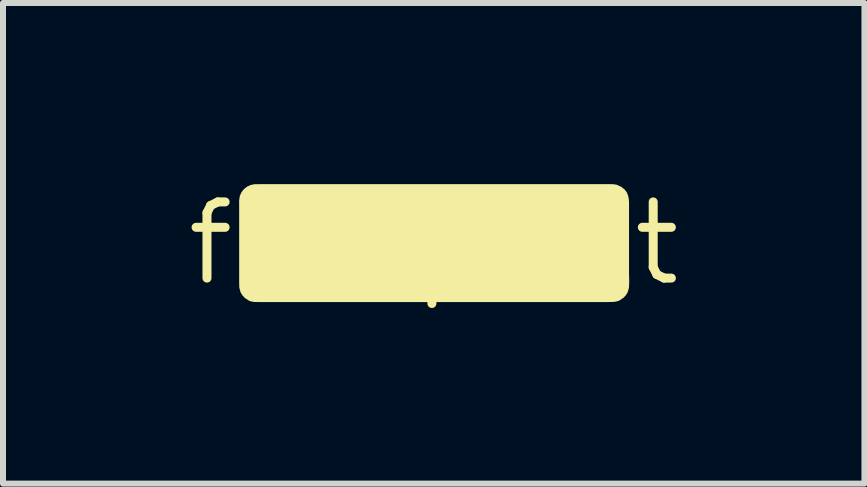
<source format=kicad_pcb>
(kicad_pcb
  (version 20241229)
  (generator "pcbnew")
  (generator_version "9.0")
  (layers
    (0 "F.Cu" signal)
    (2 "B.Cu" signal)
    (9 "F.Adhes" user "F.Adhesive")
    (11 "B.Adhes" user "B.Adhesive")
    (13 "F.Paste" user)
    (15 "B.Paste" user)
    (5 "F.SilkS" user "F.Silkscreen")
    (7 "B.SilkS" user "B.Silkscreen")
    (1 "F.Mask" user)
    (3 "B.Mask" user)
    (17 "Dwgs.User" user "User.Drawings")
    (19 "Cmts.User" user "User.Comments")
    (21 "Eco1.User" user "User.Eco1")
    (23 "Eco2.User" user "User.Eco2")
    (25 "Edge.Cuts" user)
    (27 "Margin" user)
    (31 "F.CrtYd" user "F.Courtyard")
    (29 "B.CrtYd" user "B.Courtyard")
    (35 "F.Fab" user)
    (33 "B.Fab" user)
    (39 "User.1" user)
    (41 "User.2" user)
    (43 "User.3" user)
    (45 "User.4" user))
  (footprint "footprint"
    (layer "F.Cu")
    (at 4.18 1.006)
    (property "Reference" "footprint" (at 0 0 0) (layer "F.SilkS") (effects (font (size 1.27 1.27) (thickness 0.15))))
    (fp_poly (pts (xy 2.899 -0.153) (xy 2.797 -0.153) (xy 2.797 -0.542) (xy 2.899 -0.542)) (stroke (width 0) (type solid)) (fill yes) (layer "F.SilkS"))
    (fp_poly (pts (xy 2.864 -0.691) (xy 2.898 -0.67) (xy 2.907 -0.647) (xy 2.905 -0.622) (xy 2.893 -0.6) (xy 2.872 -0.587) (xy 2.83 -0.585) (xy 2.798 -0.607) (xy 2.789 -0.63) (xy 2.791 -0.655) (xy 2.803 -0.677) (xy 2.831 -0.692)) (stroke (width 0) (type solid)) (fill yes) (layer "F.SilkS"))
    (fp_poly (pts (xy 1.718 -0.44) (xy 1.668 -0.443) (xy 1.643 -0.439) (xy 1.621 -0.426) (xy 1.609 -0.409) (xy 1.604 -0.39) (xy 1.604 -0.348) (xy 1.604 -0.153) (xy 1.502 -0.153) (xy 1.502 -0.542) (xy 1.599 -0.542) (xy 1.599 -0.503) (xy 1.638 -0.536) (xy 1.718 -0.547)) (stroke (width 0) (type solid)) (fill yes) (layer "F.SilkS"))
    (fp_poly (pts (xy 2.484 -0.674) (xy 2.579 -0.669) (xy 2.623 -0.657) (xy 2.665 -0.633) (xy 2.699 -0.595) (xy 2.719 -0.548) (xy 2.725 -0.497) (xy 2.717 -0.446) (xy 2.694 -0.401) (xy 2.657 -0.366) (xy 2.604 -0.344) (xy 2.549 -0.335) (xy 2.436 -0.334) (xy 2.436 -0.153) (xy 2.325 -0.153) (xy 2.325 -0.674)) (stroke (width 0) (type solid)) (fill yes) (layer "F.SilkS"))
    (fp_poly (pts (xy 0.031 0.144) (xy 0.096 0.146) (xy 0.163 0.163) (xy 0.205 0.195) (xy 0.23 0.241) (xy 0.235 0.294) (xy 0.219 0.344) (xy 0.193 0.373) (xy 0.164 0.397) (xy 0.206 0.417) (xy 0.235 0.454) (xy 0.248 0.499) (xy 0.247 0.547) (xy 0.232 0.593) (xy 0.203 0.629) (xy 0.166 0.651) (xy 0.127 0.662) (xy 0.044 0.666) (xy -0.106 0.666) (xy -0.106 0.145)) (stroke (width 0) (type solid)) (fill yes) (layer "F.SilkS"))
    (fp_poly (pts (xy 1.339 0.279) (xy 1.34 0.308) (xy 1.34 0.34) (xy 1.296 0.339) (xy 1.256 0.35) (xy 1.231 0.373) (xy 1.22 0.4) (xy 1.216 0.463) (xy 1.216 0.666) (xy 1.149 0.666) (xy 1.149 0.322) (xy 1.15 0.276) (xy 1.181 0.275) (xy 1.216 0.276) (xy 1.216 0.302) (xy 1.216 0.321) (xy 1.217 0.322) (xy 1.232 0.3) (xy 1.253 0.285) (xy 1.304 0.273) (xy 1.321 0.273)) (stroke (width 0) (type solid)) (fill yes) (layer "F.SilkS"))
    (fp_poly (pts (xy 1.454 -0.53) (xy 1.454 -0.515) (xy 1.453 -0.478) (xy 1.452 -0.439) (xy 1.392 -0.442) (xy 1.366 -0.433) (xy 1.346 -0.406) (xy 1.342 -0.379) (xy 1.341 -0.374) (xy 1.341 -0.369) (xy 1.339 -0.343) (xy 1.336 -0.153) (xy 1.233 -0.153) (xy 1.233 -0.542) (xy 1.304 -0.542) (xy 1.334 -0.542) (xy 1.335 -0.498) (xy 1.337 -0.498) (xy 1.351 -0.52) (xy 1.37 -0.535) (xy 1.418 -0.546) (xy 1.455 -0.548)) (stroke (width 0) (type solid)) (fill yes) (layer "F.SilkS"))
    (fp_poly (pts (xy 0.533 0.276) (xy 0.584 0.296) (xy 0.624 0.329) (xy 0.653 0.374) (xy 0.67 0.425) (xy 0.675 0.471) (xy 0.675 0.471) (xy 0.675 0.479) (xy 0.675 0.48) (xy 0.669 0.532) (xy 0.651 0.582) (xy 0.621 0.626) (xy 0.576 0.657) (xy 0.524 0.673) (xy 0.463 0.675) (xy 0.411 0.655) (xy 0.368 0.618) (xy 0.338 0.567) (xy 0.321 0.512) (xy 0.318 0.453) (xy 0.328 0.396) (xy 0.353 0.344) (xy 0.403 0.298) (xy 0.467 0.274)) (stroke (width 0) (type solid)) (fill yes) (layer "F.SilkS"))
    (fp_poly (pts (xy 1.701 0.641) (xy 1.701 0.668) (xy 1.667 0.668) (xy 1.634 0.668) (xy 1.634 0.631) (xy 1.598 0.658) (xy 1.555 0.672) (xy 1.506 0.675) (xy 1.449 0.656) (xy 1.409 0.616) (xy 1.385 0.564) (xy 1.374 0.505) (xy 1.374 0.443) (xy 1.383 0.388) (xy 1.401 0.345) (xy 1.431 0.308) (xy 1.469 0.283) (xy 1.515 0.273) (xy 1.568 0.278) (xy 1.601 0.291) (xy 1.629 0.312) (xy 1.629 0.119) (xy 1.701 0.119) (xy 1.701 0.621)) (stroke (width 0) (type solid)) (fill yes) (layer "F.SilkS"))
    (fp_poly (pts (xy 0.538 -0.512) (xy 0.592 -0.543) (xy 0.653 -0.546) (xy 0.709 -0.522) (xy 0.752 -0.476) (xy 0.769 -0.431) (xy 0.776 -0.383) (xy 0.777 -0.355) (xy 0.777 -0.355) (xy 0.778 -0.325) (xy 0.77 -0.266) (xy 0.749 -0.211) (xy 0.709 -0.168) (xy 0.652 -0.147) (xy 0.603 -0.147) (xy 0.563 -0.162) (xy 0.527 -0.19) (xy 0.526 -0.153) (xy 0.454 -0.153) (xy 0.427 -0.153) (xy 0.427 -0.189) (xy 0.427 -0.665) (xy 0.427 -0.7) (xy 0.462 -0.701) (xy 0.533 -0.701)) (stroke (width 0) (type solid)) (fill yes) (layer "F.SilkS"))
    (fp_poly (pts (xy -1.208 -0.672) (xy -1.208 -0.674) (xy -1.194 -0.674) (xy -1.181 -0.674) (xy -1.115 -0.674) (xy -0.978 -0.673) (xy -0.911 -0.659) (xy -0.855 -0.621) (xy -0.83 -0.581) (xy -0.819 -0.531) (xy -0.821 -0.481) (xy -0.835 -0.435) (xy -0.864 -0.396) (xy -0.907 -0.374) (xy -0.864 -0.286) (xy -0.827 -0.211) (xy -0.801 -0.153) (xy -0.881 -0.153) (xy -0.915 -0.153) (xy -0.94 -0.198) (xy -0.991 -0.295) (xy -1.017 -0.343) (xy -1.097 -0.343) (xy -1.097 -0.153) (xy -1.208 -0.153) (xy -1.208 -0.63)) (stroke (width 0) (type solid)) (fill yes) (layer "F.SilkS"))
    (fp_poly (pts (xy -0.946 0.145) (xy -0.9 0.164) (xy -0.86 0.194) (xy -0.829 0.232) (xy -0.807 0.278) (xy -0.794 0.352) (xy -0.793 0.416) (xy -0.793 0.416) (xy -0.793 0.428) (xy -0.807 0.529) (xy -0.827 0.576) (xy -0.856 0.618) (xy -0.894 0.649) (xy -0.943 0.669) (xy -1.009 0.675) (xy -1.067 0.665) (xy -1.121 0.636) (xy -1.161 0.595) (xy -1.189 0.543) (xy -1.204 0.485) (xy -1.21 0.425) (xy -1.208 0.366) (xy -1.186 0.269) (xy -1.164 0.224) (xy -1.132 0.187) (xy -1.093 0.159) (xy -1.044 0.142) (xy -0.994 0.138)) (stroke (width 0) (type solid)) (fill yes) (layer "F.SilkS"))
    (fp_poly (pts (xy 1.845 -0.54) (xy 1.865 -0.476) (xy 1.916 -0.31) (xy 1.967 -0.471) (xy 1.988 -0.54) (xy 2.017 -0.542) (xy 2.097 -0.542) (xy 2.076 -0.468) (xy 2.05 -0.396) (xy 2.013 -0.293) (xy 1.978 -0.189) (xy 1.954 -0.111) (xy 1.939 -0.072) (xy 1.917 -0.039) (xy 1.886 -0.014) (xy 1.851 -0.002) (xy 1.775 -0.004) (xy 1.775 -0.084) (xy 1.807 -0.088) (xy 1.836 -0.1) (xy 1.858 -0.121) (xy 1.865 -0.154) (xy 1.845 -0.215) (xy 1.808 -0.326) (xy 1.769 -0.436) (xy 1.748 -0.488) (xy 1.735 -0.542) (xy 1.815 -0.542)) (stroke (width 0) (type solid)) (fill yes) (layer "F.SilkS"))
    (fp_poly (pts (xy 0.942 -0.28) (xy 0.958 -0.257) (xy 0.981 -0.242) (xy 1.007 -0.236) (xy 1.065 -0.243) (xy 1.114 -0.273) (xy 1.119 -0.273) (xy 1.147 -0.247) (xy 1.166 -0.216) (xy 1.16 -0.2) (xy 1.144 -0.186) (xy 1.11 -0.166) (xy 1.055 -0.148) (xy 0.997 -0.145) (xy 0.94 -0.158) (xy 0.889 -0.186) (xy 0.853 -0.228) (xy 0.831 -0.284) (xy 0.824 -0.341) (xy 0.829 -0.399) (xy 0.848 -0.456) (xy 0.88 -0.502) (xy 0.927 -0.532) (xy 0.98 -0.547) (xy 1.036 -0.546) (xy 1.088 -0.529) (xy 1.131 -0.497) (xy 1.162 -0.449) (xy 1.176 -0.382) (xy 1.177 -0.312) (xy 0.934 -0.312)) (stroke (width 0) (type solid)) (fill yes) (layer "F.SilkS"))
    (fp_poly (pts (xy 0.293 -0.526) (xy 0.338 -0.48) (xy 0.358 -0.433) (xy 0.368 -0.377) (xy 0.368 -0.355) (xy 0.368 -0.323) (xy 0.359 -0.269) (xy 0.339 -0.217) (xy 0.307 -0.176) (xy 0.263 -0.15) (xy 0.207 -0.145) (xy 0.162 -0.157) (xy 0.124 -0.179) (xy 0.124 -0.057) (xy 0.123 -0.032) (xy 0.122 -0.004) (xy 0.11 -0.003) (xy 0.097 -0.004) (xy 0.052 -0.004) (xy 0.029 -0.004) (xy 0.017 -0.004) (xy 0.017 -0.079) (xy 0.017 -0.141) (xy 0.017 -0.502) (xy 0.017 -0.542) (xy 0.039 -0.542) (xy 0.079 -0.543) (xy 0.12 -0.542) (xy 0.12 -0.524) (xy 0.119 -0.507) (xy 0.173 -0.54) (xy 0.235 -0.547)) (stroke (width 0) (type solid)) (fill yes) (layer "F.SilkS"))
    (fp_poly (pts (xy -0.487 0.275) (xy -0.442 0.294) (xy -0.41 0.33) (xy -0.396 0.389) (xy -0.396 0.45) (xy -0.396 0.666) (xy -0.463 0.666) (xy -0.463 0.525) (xy -0.46 0.436) (xy -0.465 0.39) (xy -0.482 0.353) (xy -0.5 0.338) (xy -0.521 0.331) (xy -0.567 0.336) (xy -0.608 0.36) (xy -0.628 0.394) (xy -0.63 0.427) (xy -0.63 0.463) (xy -0.63 0.594) (xy -0.63 0.627) (xy -0.63 0.668) (xy -0.643 0.667) (xy -0.663 0.668) (xy -0.701 0.667) (xy -0.701 0.322) (xy -0.701 0.28) (xy -0.67 0.279) (xy -0.637 0.279) (xy -0.637 0.303) (xy -0.637 0.326) (xy -0.634 0.325) (xy -0.61 0.302) (xy -0.582 0.285) (xy -0.536 0.272)) (stroke (width 0) (type solid)) (fill yes) (layer "F.SilkS"))
    (fp_poly (pts (xy -0.516 -0.537) (xy -0.467 -0.507) (xy -0.447 -0.479) (xy -0.437 -0.449) (xy -0.431 -0.383) (xy -0.432 -0.304) (xy -0.432 -0.281) (xy -0.432 -0.281) (xy -0.431 -0.224) (xy -0.418 -0.153) (xy -0.494 -0.153) (xy -0.523 -0.154) (xy -0.534 -0.184) (xy -0.583 -0.154) (xy -0.642 -0.145) (xy -0.699 -0.159) (xy -0.744 -0.198) (xy -0.764 -0.251) (xy -0.756 -0.303) (xy -0.726 -0.347) (xy -0.679 -0.378) (xy -0.609 -0.391) (xy -0.538 -0.392) (xy -0.543 -0.43) (xy -0.564 -0.46) (xy -0.59 -0.468) (xy -0.617 -0.463) (xy -0.638 -0.447) (xy -0.647 -0.422) (xy -0.754 -0.422) (xy -0.75 -0.454) (xy -0.737 -0.481) (xy -0.694 -0.522) (xy -0.639 -0.544) (xy -0.578 -0.549)) (stroke (width 0) (type solid)) (fill yes) (layer "F.SilkS"))
    (fp_poly (pts (xy 0.982 0.286) (xy 1.025 0.322) (xy 1.041 0.354) (xy 1.048 0.388) (xy 1.049 0.458) (xy 1.047 0.526) (xy 1.047 0.526) (xy 1.047 0.531) (xy 1.049 0.604) (xy 1.062 0.666) (xy 0.99 0.667) (xy 0.982 0.631) (xy 0.947 0.655) (xy 0.908 0.671) (xy 0.866 0.676) (xy 0.823 0.669) (xy 0.774 0.638) (xy 0.745 0.589) (xy 0.742 0.533) (xy 0.767 0.48) (xy 0.798 0.455) (xy 0.836 0.44) (xy 0.916 0.432) (xy 0.953 0.433) (xy 0.971 0.429) (xy 0.981 0.419) (xy 0.979 0.388) (xy 0.967 0.364) (xy 0.948 0.345) (xy 0.896 0.329) (xy 0.869 0.331) (xy 0.845 0.342) (xy 0.828 0.36) (xy 0.82 0.389) (xy 0.748 0.389) (xy 0.753 0.359) (xy 0.766 0.333) (xy 0.81 0.295) (xy 0.865 0.275) (xy 0.924 0.271)) (stroke (width 0) (type solid)) (fill yes) (layer "F.SilkS"))
    (fp_poly (pts (xy -2.989 0.978) (xy -3.035 0.971) (xy -3.08 0.956) (xy -3.146 0.913) (xy -3.188 0.868) (xy -3.22 0.816) (xy -3.241 0.738) (xy -3.243 0.657) (xy -3.243 -0.625) (xy -3.244 -0.707) (xy -3.233 -0.788) (xy -3.206 -0.849) (xy -3.165 -0.902) (xy -3.113 -0.944) (xy -3.053 -0.972) (xy -2.983 -0.986) (xy -2.913 -0.986) (xy -2.842 -0.987) (xy 2.819 -0.987) (xy 2.934 -0.987) (xy 2.993 -0.985) (xy 3.048 -0.977) (xy 3.128 -0.941) (xy 3.185 -0.894) (xy 3.219 -0.848) (xy 3.239 -0.798) (xy 3.251 -0.744) (xy 3.256 -0.688) (xy 3.256 -0.577) (xy 3.256 0.525) (xy 3.259 0.626) (xy 3.256 0.727) (xy 3.246 0.777) (xy 3.229 0.824) (xy 3.2 0.869) (xy 3.163 0.908) (xy 3.093 0.955) (xy 3.045 0.97) (xy 2.997 0.977) (xy 2.899 0.979) (xy -2.895 0.979)) (stroke (width 0) (type solid)) (fill yes) (layer "F.SilkS"))
    (fp_poly (pts (xy -0.106 -0.525) (xy -0.078 -0.503) (xy -0.058 -0.476) (xy -0.044 -0.422) (xy -0.15 -0.422) (xy -0.159 -0.444) (xy -0.173 -0.46) (xy -0.193 -0.469) (xy -0.216 -0.471) (xy -0.248 -0.457) (xy -0.26 -0.443) (xy -0.263 -0.427) (xy -0.25 -0.408) (xy -0.226 -0.396) (xy -0.176 -0.384) (xy -0.131 -0.371) (xy -0.088 -0.351) (xy -0.064 -0.327) (xy -0.049 -0.296) (xy -0.044 -0.262) (xy -0.05 -0.229) (xy -0.069 -0.195) (xy -0.099 -0.171) (xy -0.135 -0.156) (xy -0.172 -0.149) (xy -0.24 -0.15) (xy -0.306 -0.168) (xy -0.333 -0.186) (xy -0.355 -0.21) (xy -0.37 -0.24) (xy -0.375 -0.278) (xy -0.304 -0.278) (xy -0.278 -0.276) (xy -0.255 -0.238) (xy -0.231 -0.224) (xy -0.201 -0.221) (xy -0.173 -0.228) (xy -0.152 -0.247) (xy -0.149 -0.265) (xy -0.159 -0.28) (xy -0.194 -0.299) (xy -0.302 -0.334) (xy -0.344 -0.367) (xy -0.358 -0.392) (xy -0.365 -0.423) (xy -0.363 -0.458) (xy -0.35 -0.487) (xy -0.328 -0.51) (xy -0.3 -0.527) (xy -0.236 -0.545) (xy -0.172 -0.546)) (stroke (width 0) (type solid)) (fill yes) (layer "F.SilkS"))
    (fp_poly (pts (xy -2.302 0.035) (xy -2.279 0.094) (xy -2.237 0.142) (xy -2.182 0.172) (xy -2.152 0.177) (xy -2.119 0.175) (xy -2.066 0.149) (xy -2.033 0.104) (xy -2.022 0.049) (xy -2.026 0.03) (xy -1.982 0.03) (xy -1.979 0.096) (xy -1.963 0.168) (xy -1.949 0.2) (xy -1.937 0.212) (xy -1.921 0.215) (xy -1.899 0.198) (xy -1.885 0.172) (xy -1.872 0.132) (xy -1.871 0.107) (xy -1.824 0.107) (xy -1.826 0.143) (xy -1.846 0.203) (xy -1.874 0.243) (xy -1.882 0.274) (xy -1.891 0.306) (xy -1.891 0.306) (xy -1.902 0.343) (xy -1.929 0.41) (xy -1.953 0.442) (xy -1.98 0.467) (xy -2.044 0.509) (xy -2.159 0.574) (xy -2.22 0.62) (xy -2.286 0.647) (xy -2.34 0.651) (xy -2.34 0.651) (xy -2.357 0.653) (xy -2.418 0.638) (xy -2.472 0.607) (xy -2.507 0.579) (xy -2.551 0.56) (xy -2.631 0.509) (xy -2.684 0.476) (xy -2.731 0.432) (xy -2.755 0.391) (xy -2.76 0.376) (xy -2.76 0.376) (xy -2.772 0.345) (xy -2.797 0.252) (xy -2.828 0.203) (xy -2.848 0.145) (xy -2.851 0.095) (xy -2.803 0.095) (xy -2.804 0.118) (xy -2.796 0.159) (xy -2.779 0.197) (xy -2.766 0.213) (xy -2.749 0.22) (xy -2.736 0.215) (xy -2.726 0.204) (xy -2.713 0.176) (xy -2.696 0.103) (xy -2.694 0.049) (xy -2.645 0.049) (xy -2.646 0.065) (xy -2.635 0.115) (xy -2.606 0.155) (xy -2.56 0.179) (xy -2.503 0.18) (xy -2.449 0.162) (xy -2.405 0.124) (xy -2.375 0.073) (xy -2.363 0.018) (xy -2.365 0.002) (xy -2.303 0.002)) (stroke (width 0) (type solid)) (fill yes) (layer "F.SilkS"))
    (fp_poly (pts (xy -2.494 -0.632) (xy -2.458 -0.626) (xy -2.432 -0.606) (xy -2.41 -0.597) (xy -2.388 -0.585) (xy -2.358 -0.544) (xy -2.339 -0.499) (xy -2.316 -0.543) (xy -2.287 -0.586) (xy -2.268 -0.598) (xy -2.247 -0.606) (xy -2.212 -0.629) (xy -2.181 -0.632) (xy -2.13 -0.642) (xy -2.079 -0.645) (xy -2.028 -0.638) (xy -1.978 -0.624) (xy -1.943 -0.62) (xy -1.908 -0.603) (xy -1.889 -0.598) (xy -1.874 -0.586) (xy -1.872 -0.567) (xy -1.874 -0.549) (xy -1.868 -0.52) (xy -1.872 -0.502) (xy -1.872 -0.502) (xy -1.877 -0.481) (xy -1.892 -0.444) (xy -1.9 -0.414) (xy -1.914 -0.396) (xy -1.923 -0.369) (xy -1.95 -0.343) (xy -1.99 -0.307) (xy -2.008 -0.29) (xy -2.03 -0.281) (xy -1.989 -0.242) (xy -1.948 -0.198) (xy -1.939 -0.171) (xy -1.988 -0.171) (xy -2.008 -0.201) (xy -2.044 -0.229) (xy -2.087 -0.245) (xy -2.132 -0.25) (xy -2.18 -0.246) (xy -2.17 -0.222) (xy -2.159 -0.208) (xy -2.201 -0.208) (xy -2.209 -0.224) (xy -2.239 -0.253) (xy -2.278 -0.272) (xy -2.32 -0.281) (xy -2.361 -0.28) (xy -2.402 -0.268) (xy -2.442 -0.244) (xy -2.455 -0.226) (xy -2.507 -0.226) (xy -2.49 -0.25) (xy -2.542 -0.255) (xy -2.586 -0.249) (xy -2.627 -0.232) (xy -2.661 -0.204) (xy -2.686 -0.167) (xy -2.689 -0.153) (xy -2.742 -0.153) (xy -2.731 -0.189) (xy -2.708 -0.222) (xy -2.679 -0.25) (xy -2.644 -0.281) (xy -2.666 -0.29) (xy -2.684 -0.307) (xy -2.71 -0.322) (xy -2.725 -0.347) (xy -2.756 -0.378) (xy -2.787 -0.447) (xy -2.786 -0.447) (xy -2.797 -0.471) (xy -2.797 -0.494) (xy -2.807 -0.519) (xy -2.801 -0.55) (xy -2.803 -0.568) (xy -2.8 -0.586) (xy -2.784 -0.6) (xy -2.763 -0.604) (xy -2.732 -0.62) (xy -2.701 -0.623) (xy -2.635 -0.643) (xy -2.564 -0.645)) (stroke (width 0) (type solid)) (fill yes) (layer "F.SilkS"))
    (fp_poly (pts (xy -2.466 -0.209) (xy -2.466 -0.189) (xy -2.454 -0.167) (xy -2.436 -0.151) (xy -2.403 -0.136) (xy -2.366 -0.128) (xy -2.291 -0.128) (xy -2.254 -0.137) (xy -2.219 -0.156) (xy -2.199 -0.185) (xy -2.199 -0.203) (xy -2.202 -0.209) (xy -2.16 -0.209) (xy -2.152 -0.199) (xy -2.11 -0.162) (xy -2.053 -0.114) (xy -1.996 -0.079) (xy -1.983 -0.073) (xy -1.971 -0.076) (xy -1.967 -0.088) (xy -1.97 -0.101) (xy -1.982 -0.162) (xy -1.989 -0.172) (xy -1.94 -0.172) (xy -1.921 -0.114) (xy -1.921 -0.092) (xy -1.916 -0.07) (xy -1.894 -0.045) (xy -1.868 -0.022) (xy -1.838 0.025) (xy -1.824 0.08) (xy -1.824 0.108) (xy -1.871 0.108) (xy -1.87 0.088) (xy -1.879 0.046) (xy -1.9 0.009) (xy -1.927 -0.018) (xy -1.943 -0.028) (xy -1.961 -0.029) (xy -1.972 -0.021) (xy -1.978 -0.008) (xy -1.982 0.022) (xy -1.982 0.031) (xy -2.026 0.031) (xy -2.033 -0.008) (xy -2.062 -0.058) (xy -2.103 -0.095) (xy -2.154 -0.116) (xy -2.212 -0.117) (xy -2.258 -0.098) (xy -2.289 -0.061) (xy -2.304 -0.014) (xy -2.303 0.003) (xy -2.365 0.003) (xy -2.371 -0.035) (xy -2.4 -0.08) (xy -2.444 -0.108) (xy -2.498 -0.113) (xy -2.546 -0.098) (xy -2.589 -0.071) (xy -2.622 -0.033) (xy -2.642 0.014) (xy -2.645 0.049) (xy -2.694 0.05) (xy -2.692 0.027) (xy -2.696 -0.008) (xy -2.704 -0.022) (xy -2.718 -0.029) (xy -2.746 -0.017) (xy -2.768 0.005) (xy -2.79 0.04) (xy -2.802 0.078) (xy -2.803 0.096) (xy -2.851 0.096) (xy -2.851 0.084) (xy -2.835 0.025) (xy -2.802 -0.026) (xy -2.779 -0.047) (xy -2.759 -0.07) (xy -2.754 -0.09) (xy -2.754 -0.11) (xy -2.742 -0.154) (xy -2.689 -0.154) (xy -2.698 -0.122) (xy -2.7 -0.075) (xy -2.626 -0.111) (xy -2.529 -0.194) (xy -2.506 -0.227) (xy -2.454 -0.227)) (stroke (width 0) (type solid)) (fill yes) (layer "F.SilkS")))
  (gr_rect
    (start -3 -3)
    (end 11.36 5.012)
    (stroke (width 0.1) (type default))
    (fill no)
    (layer "Edge.Cuts")))
</source>
